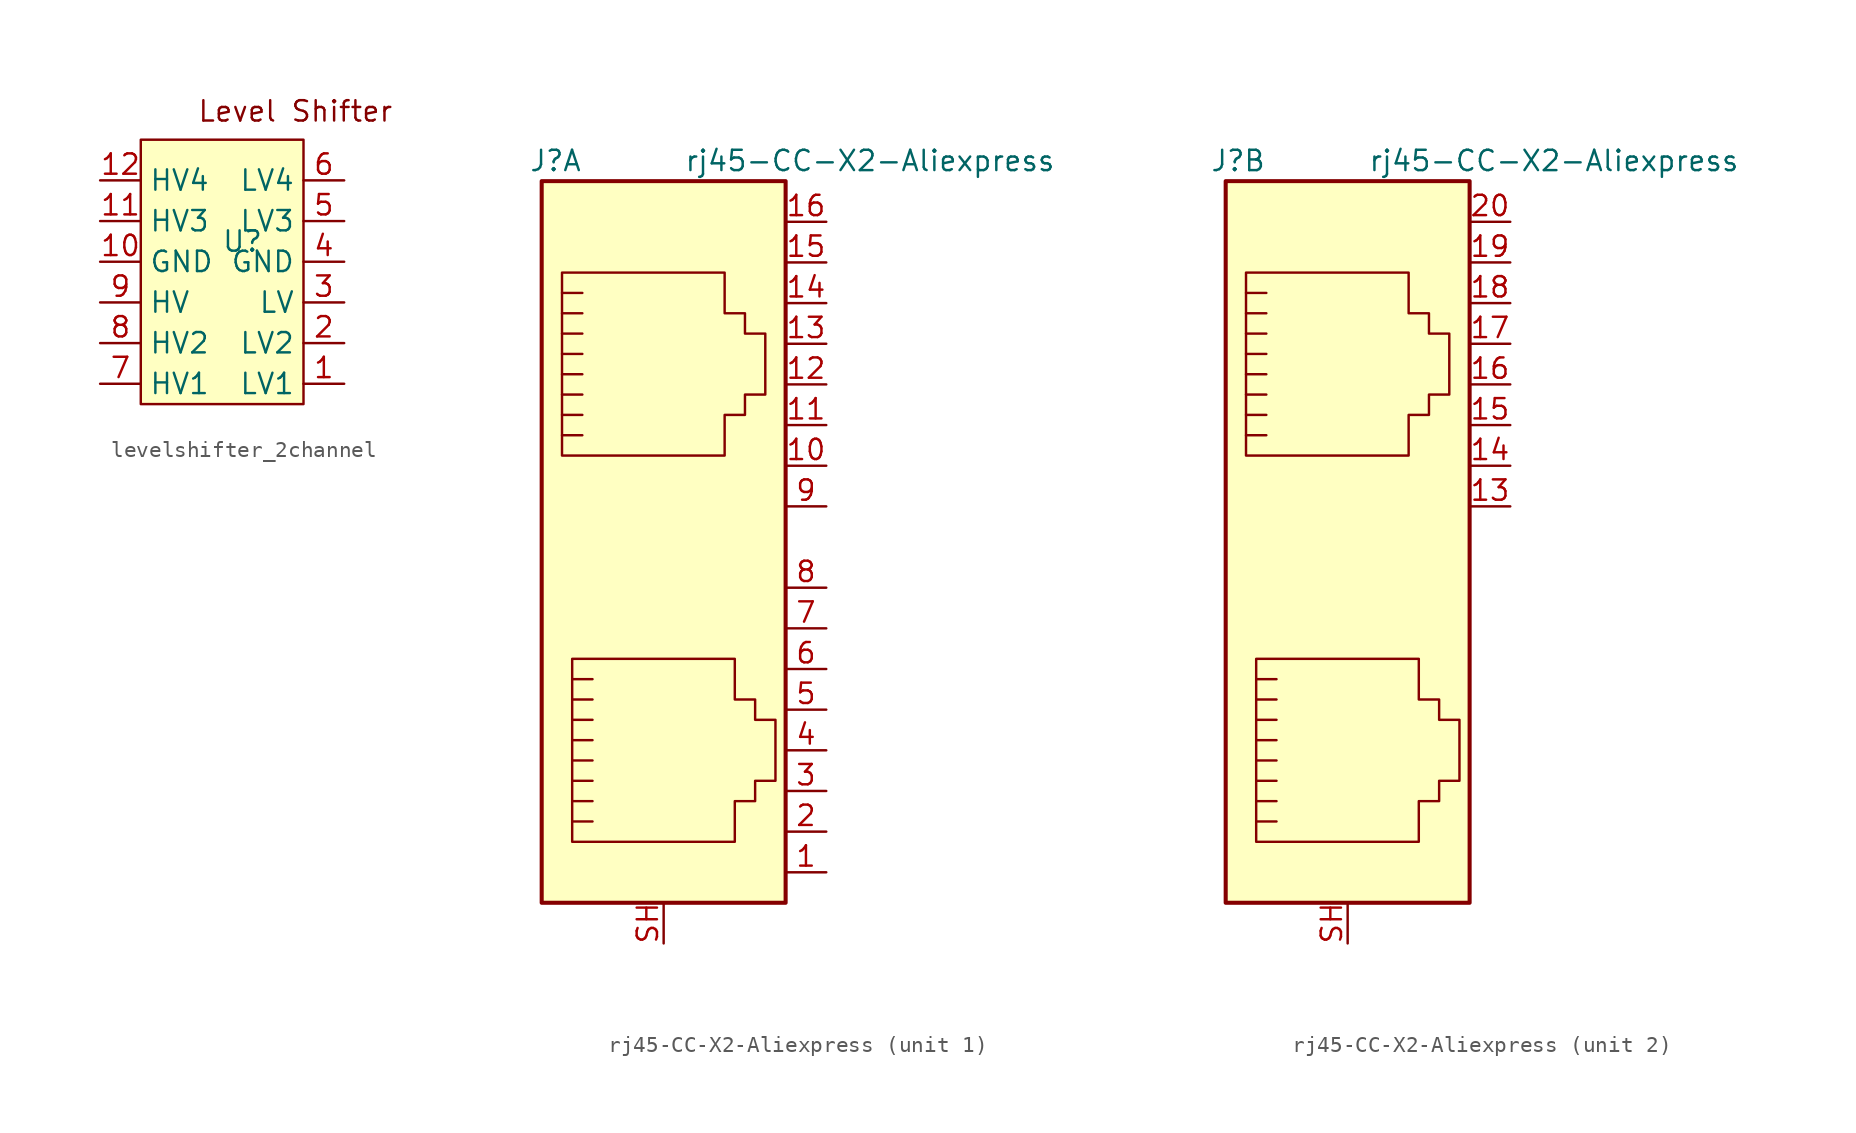
<source format=kicad_sym>
(kicad_symbol_lib
  (version 20241209)
  (generator "kicad_symbol_editor")
  (generator_version "9.0")
  (symbol "levelshifter_2channel"
    (property "Reference" "U"
      (at 0 0 0)
      (effects (font (size 1.27 1.27))))
    (property "Value" ""
      (at 0 0 0)
      (effects (font (size 1.27 1.27))))
    (symbol "levelshifter_2channel_1_1"
      (rectangle (start -6.35 6.35) (end 3.81 -10.16) (stroke (width 0) (type solid)) (fill (type background)))
      (text "Level Shifter" (at 3.302 8.128 0) (effects (font (size 1.27 1.27))))
      (pin bidirectional line (at -8.89 3.81 0) (length 2.54) (name "HV4" (effects (font (size 1.27 1.27)))) (number "12" (effects (font (size 1.27 1.27)))))
      (pin bidirectional line (at -8.89 1.27 0) (length 2.54) (name "HV3" (effects (font (size 1.27 1.27)))) (number "11" (effects (font (size 1.27 1.27)))))
      (pin power_in line (at -8.89 -1.27 0) (length 2.54) (name "GND" (effects (font (size 1.27 1.27)))) (number "10" (effects (font (size 1.27 1.27)))))
      (pin power_in line (at -8.89 -3.81 0) (length 2.54) (name "HV" (effects (font (size 1.27 1.27)))) (number "9" (effects (font (size 1.27 1.27)))))
      (pin bidirectional line (at -8.89 -6.35 0) (length 2.54) (name "HV2" (effects (font (size 1.27 1.27)))) (number "8" (effects (font (size 1.27 1.27)))))
      (pin bidirectional line (at -8.89 -8.89 0) (length 2.54) (name "HV1" (effects (font (size 1.27 1.27)))) (number "7" (effects (font (size 1.27 1.27)))))
      (pin bidirectional line (at 6.35 3.81 180) (length 2.54) (name "LV4" (effects (font (size 1.27 1.27)))) (number "6" (effects (font (size 1.27 1.27)))))
      (pin bidirectional line (at 6.35 1.27 180) (length 2.54) (name "LV3" (effects (font (size 1.27 1.27)))) (number "5" (effects (font (size 1.27 1.27)))))
      (pin power_in line (at 6.35 -1.27 180) (length 2.54) (name "GND" (effects (font (size 1.27 1.27)))) (number "4" (effects (font (size 1.27 1.27)))))
      (pin power_in line (at 6.35 -3.81 180) (length 2.54) (name "LV" (effects (font (size 1.27 1.27)))) (number "3" (effects (font (size 1.27 1.27)))))
      (pin bidirectional line (at 6.35 -6.35 180) (length 2.54) (name "LV2" (effects (font (size 1.27 1.27)))) (number "2" (effects (font (size 1.27 1.27)))))
      (pin bidirectional line (at 6.35 -8.89 180) (length 2.54) (name "LV1" (effects (font (size 1.27 1.27)))) (number "1" (effects (font (size 1.27 1.27)))))))
  (symbol "rj45-CC-X2-Aliexpress"
    (property "Reference" "J"
      (at -5.08 13.97 0)
      (effects (font (size 1.27 1.27)) (justify right)))
    (property "Value" "rj45-CC-X2-Aliexpress"
      (at 1.27 13.97 0)
      (effects (font (size 1.27 1.27)) (justify left)))
    (symbol "rj45-CC-X2-Aliexpress_0_1"
      (rectangle (start -7.62 12.7) (end 7.62 -32.385) (stroke (width 0.254) (type default)) (fill (type background)))
      (polyline (pts (xy -6.35 1.905) (xy -5.08 1.905) (xy -5.08 1.905)) (stroke (width 0) (type default)) (fill (type none)))
      (polyline (pts (xy -6.35 0.635) (xy -5.08 0.635) (xy -5.08 0.635)) (stroke (width 0) (type default)) (fill (type none)))
      (polyline (pts (xy -6.35 -0.635) (xy -5.08 -0.635) (xy -5.08 -0.635)) (stroke (width 0) (type default)) (fill (type none)))
      (polyline (pts (xy -6.35 -1.905) (xy -5.08 -1.905) (xy -5.08 -1.905)) (stroke (width 0) (type default)) (fill (type none)))
      (polyline (pts (xy -6.35 -3.175) (xy -5.08 -3.175) (xy -5.08 -3.175)) (stroke (width 0) (type default)) (fill (type none)))
      (polyline (pts (xy -6.35 -4.445) (xy -6.35 6.985) (xy 3.81 6.985) (xy 3.81 4.445) (xy 5.08 4.445) (xy 5.08 3.175) (xy 6.35 3.175) (xy 6.35 -0.635) (xy 5.08 -0.635) (xy 5.08 -1.905) (xy 3.81 -1.905) (xy 3.81 -4.445) (xy -6.35 -4.445) (xy -6.35 -4.445)) (stroke (width 0) (type default)) (fill (type none)))
      (polyline (pts (xy -5.715 -22.225) (xy -4.445 -22.225) (xy -4.445 -22.225)) (stroke (width 0) (type default)) (fill (type none)))
      (polyline (pts (xy -5.715 -23.495) (xy -4.445 -23.495) (xy -4.445 -23.495)) (stroke (width 0) (type default)) (fill (type none)))
      (polyline (pts (xy -5.715 -24.765) (xy -4.445 -24.765) (xy -4.445 -24.765)) (stroke (width 0) (type default)) (fill (type none)))
      (polyline (pts (xy -5.715 -26.035) (xy -4.445 -26.035) (xy -4.445 -26.035)) (stroke (width 0) (type default)) (fill (type none)))
      (polyline (pts (xy -5.715 -27.305) (xy -4.445 -27.305) (xy -4.445 -27.305)) (stroke (width 0) (type default)) (fill (type none)))
      (polyline (pts (xy -5.715 -28.575) (xy -5.715 -17.145) (xy 4.445 -17.145) (xy 4.445 -19.685) (xy 5.715 -19.685) (xy 5.715 -20.955) (xy 6.985 -20.955) (xy 6.985 -24.765) (xy 5.715 -24.765) (xy 5.715 -26.035) (xy 4.445 -26.035) (xy 4.445 -28.575) (xy -5.715 -28.575) (xy -5.715 -28.575)) (stroke (width 0) (type default)) (fill (type none)))
      (polyline (pts (xy -5.08 5.715) (xy -6.35 5.715)) (stroke (width 0) (type default)) (fill (type none)))
      (polyline (pts (xy -5.08 4.445) (xy -6.35 4.445)) (stroke (width 0) (type default)) (fill (type none)))
      (polyline (pts (xy -5.08 3.175) (xy -6.35 3.175) (xy -6.35 3.175)) (stroke (width 0) (type default)) (fill (type none)))
      (polyline (pts (xy -4.445 -18.415) (xy -5.715 -18.415)) (stroke (width 0) (type default)) (fill (type none)))
      (polyline (pts (xy -4.445 -19.685) (xy -5.715 -19.685)) (stroke (width 0) (type default)) (fill (type none)))
      (polyline (pts (xy -4.445 -20.955) (xy -5.715 -20.955) (xy -5.715 -20.955)) (stroke (width 0) (type default)) (fill (type none))))
    (symbol "rj45-CC-X2-Aliexpress_1_1"
      (pin passive line (at 0 -34.925 90) (length 2.54) (name "~" (effects (font (size 1.27 1.27)))) (number "SH" (effects (font (size 1.27 1.27)))))
      (pin passive line (at 10.16 10.16 180) (length 2.54) (name "~" (effects (font (size 1.27 1.27)))) (number "16" (effects (font (size 1.27 1.27)))))
      (pin passive line (at 10.16 7.62 180) (length 2.54) (name "~" (effects (font (size 1.27 1.27)))) (number "15" (effects (font (size 1.27 1.27)))))
      (pin passive line (at 10.16 5.08 180) (length 2.54) (name "~" (effects (font (size 1.27 1.27)))) (number "14" (effects (font (size 1.27 1.27)))))
      (pin passive line (at 10.16 2.54 180) (length 2.54) (name "~" (effects (font (size 1.27 1.27)))) (number "13" (effects (font (size 1.27 1.27)))))
      (pin passive line (at 10.16 0 180) (length 2.54) (name "~" (effects (font (size 1.27 1.27)))) (number "12" (effects (font (size 1.27 1.27)))))
      (pin passive line (at 10.16 -2.54 180) (length 2.54) (name "~" (effects (font (size 1.27 1.27)))) (number "11" (effects (font (size 1.27 1.27)))))
      (pin passive line (at 10.16 -5.08 180) (length 2.54) (name "~" (effects (font (size 1.27 1.27)))) (number "10" (effects (font (size 1.27 1.27)))))
      (pin passive line (at 10.16 -7.62 180) (length 2.54) (name "~" (effects (font (size 1.27 1.27)))) (number "9" (effects (font (size 1.27 1.27)))))
      (pin passive line (at 10.16 -12.7 180) (length 2.54) (name "~" (effects (font (size 1.27 1.27)))) (number "8" (effects (font (size 1.27 1.27)))))
      (pin passive line (at 10.16 -15.24 180) (length 2.54) (name "~" (effects (font (size 1.27 1.27)))) (number "7" (effects (font (size 1.27 1.27)))))
      (pin passive line (at 10.16 -17.78 180) (length 2.54) (name "~" (effects (font (size 1.27 1.27)))) (number "6" (effects (font (size 1.27 1.27)))))
      (pin passive line (at 10.16 -20.32 180) (length 2.54) (name "~" (effects (font (size 1.27 1.27)))) (number "5" (effects (font (size 1.27 1.27)))))
      (pin passive line (at 10.16 -22.86 180) (length 2.54) (name "~" (effects (font (size 1.27 1.27)))) (number "4" (effects (font (size 1.27 1.27)))))
      (pin passive line (at 10.16 -25.4 180) (length 2.54) (name "~" (effects (font (size 1.27 1.27)))) (number "3" (effects (font (size 1.27 1.27)))))
      (pin passive line (at 10.16 -27.94 180) (length 2.54) (name "~" (effects (font (size 1.27 1.27)))) (number "2" (effects (font (size 1.27 1.27)))))
      (pin passive line (at 10.16 -30.48 180) (length 2.54) (name "~" (effects (font (size 1.27 1.27)))) (number "1" (effects (font (size 1.27 1.27))))))
    (symbol "rj45-CC-X2-Aliexpress_2_1"
      (pin passive line (at 0 -34.925 90) (length 2.54) (name "~" (effects (font (size 1.27 1.27)))) (number "SH" (effects (font (size 1.27 1.27)))))
      (pin passive line (at 10.16 10.16 180) (length 2.54) (name "~" (effects (font (size 1.27 1.27)))) (number "20" (effects (font (size 1.27 1.27)))))
      (pin passive line (at 10.16 7.62 180) (length 2.54) (name "~" (effects (font (size 1.27 1.27)))) (number "19" (effects (font (size 1.27 1.27)))))
      (pin passive line (at 10.16 5.08 180) (length 2.54) (name "~" (effects (font (size 1.27 1.27)))) (number "18" (effects (font (size 1.27 1.27)))))
      (pin passive line (at 10.16 2.54 180) (length 2.54) (name "~" (effects (font (size 1.27 1.27)))) (number "17" (effects (font (size 1.27 1.27)))))
      (pin passive line (at 10.16 0 180) (length 2.54) (name "~" (effects (font (size 1.27 1.27)))) (number "16" (effects (font (size 1.27 1.27)))))
      (pin passive line (at 10.16 -2.54 180) (length 2.54) (name "~" (effects (font (size 1.27 1.27)))) (number "15" (effects (font (size 1.27 1.27)))))
      (pin passive line (at 10.16 -5.08 180) (length 2.54) (name "~" (effects (font (size 1.27 1.27)))) (number "14" (effects (font (size 1.27 1.27)))))
      (pin passive line (at 10.16 -7.62 180) (length 2.54) (name "~" (effects (font (size 1.27 1.27)))) (number "13" (effects (font (size 1.27 1.27))))))))
</source>
